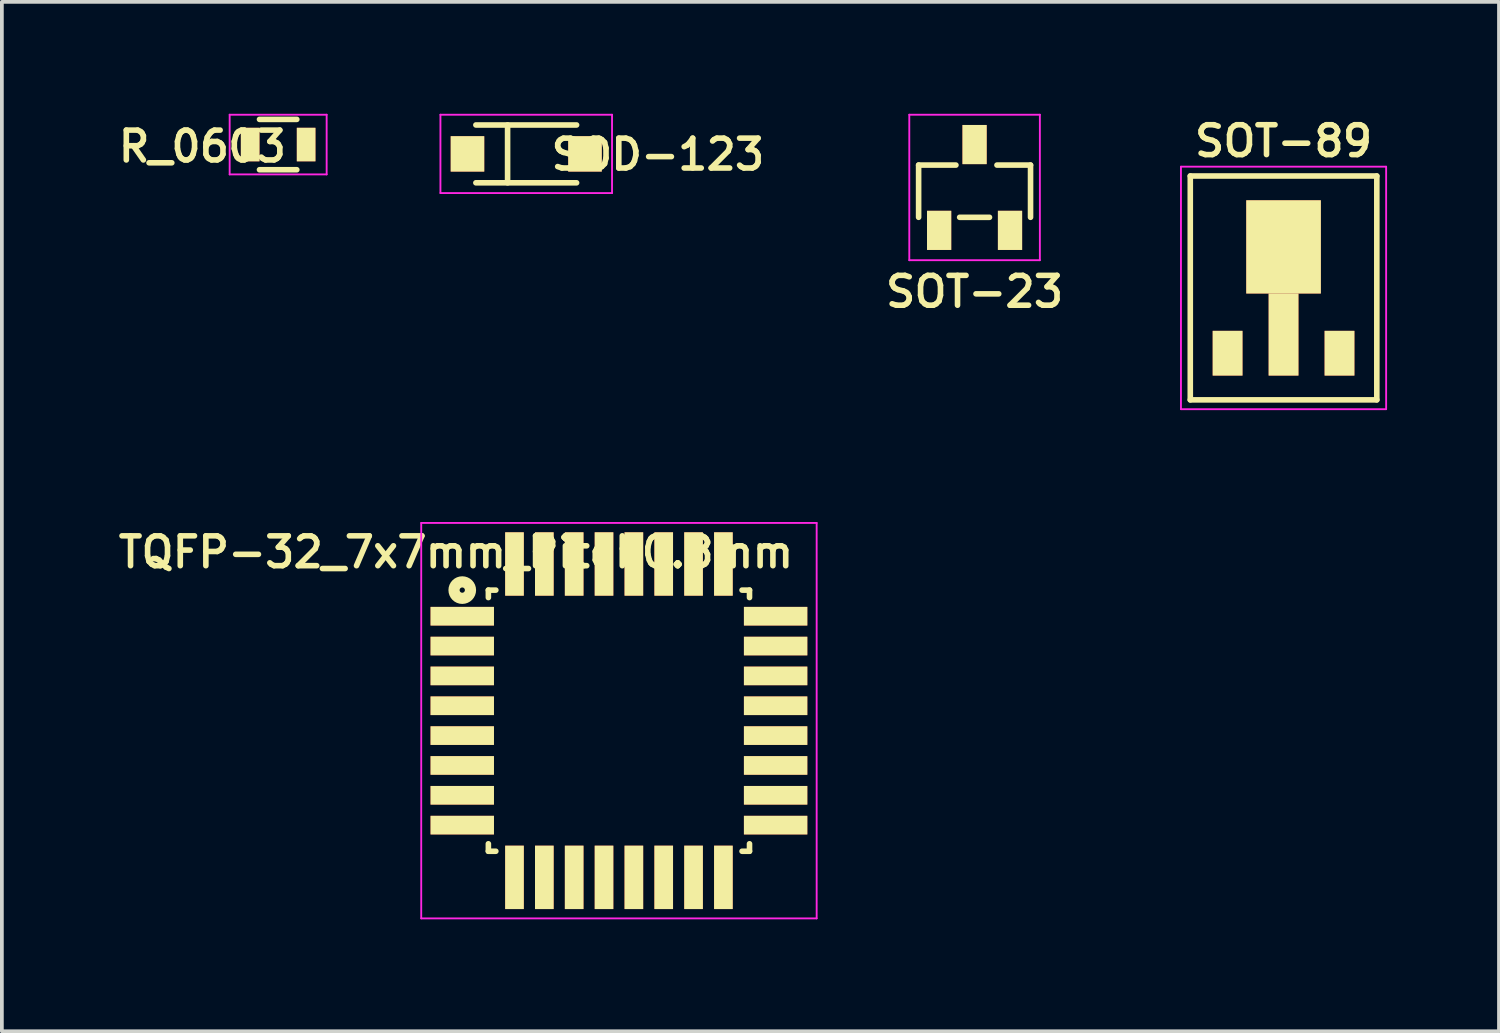
<source format=kicad_pcb>
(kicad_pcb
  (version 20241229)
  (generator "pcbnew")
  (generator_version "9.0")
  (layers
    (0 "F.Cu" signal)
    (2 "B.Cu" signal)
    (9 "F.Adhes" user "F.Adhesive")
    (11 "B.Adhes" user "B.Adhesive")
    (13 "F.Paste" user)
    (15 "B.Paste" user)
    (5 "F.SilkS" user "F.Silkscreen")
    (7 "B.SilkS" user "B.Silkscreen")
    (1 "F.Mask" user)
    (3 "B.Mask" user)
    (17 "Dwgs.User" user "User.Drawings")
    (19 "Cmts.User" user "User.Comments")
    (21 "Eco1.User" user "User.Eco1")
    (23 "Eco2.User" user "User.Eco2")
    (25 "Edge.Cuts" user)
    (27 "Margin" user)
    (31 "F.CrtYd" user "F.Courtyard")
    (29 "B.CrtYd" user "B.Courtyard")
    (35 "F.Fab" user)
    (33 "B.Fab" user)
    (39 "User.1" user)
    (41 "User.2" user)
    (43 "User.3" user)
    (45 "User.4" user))
  (footprint "SOD-123"
    (layer "F.Cu")
    (at 11.056 1.075)
    (property "Reference" "SOD-123" (at 3.529 0.016 0) (layer "F.SilkS") (effects (font (size 0.8 0.8) (thickness 0.15))))
    (attr smd)
    (fp_line (start -1.35 -0.775) (end 1.35 -0.775) (stroke (width 0.15) (type solid)) (layer "F.SilkS"))
    (fp_line (start -1.35 0.775) (end 1.35 0.775) (stroke (width 0.15) (type solid)) (layer "F.SilkS"))
    (fp_line (start -0.5 -0.775) (end -0.5 0.775) (stroke (width 0.15) (type solid)) (layer "F.SilkS"))
    (fp_line (start -2.3 -1.05) (end -2.3 1.05) (stroke (width 0.05) (type solid)) (layer "F.CrtYd"))
    (fp_line (start -2.3 1.05) (end 2.3 1.05) (stroke (width 0.05) (type solid)) (layer "F.CrtYd"))
    (fp_line (start 2.3 -1.05) (end -2.3 -1.05) (stroke (width 0.05) (type solid)) (layer "F.CrtYd"))
    (fp_line (start 2.3 1.05) (end 2.3 -1.05) (stroke (width 0.05) (type solid)) (layer "F.CrtYd"))
    (pad "1" smd rect (at -1.575 0) (size 0.9 0.95) (layers "F.Cu" "F.Mask" "F.SilkS" "F.Paste"))
    (pad "2" smd rect (at 1.575 0) (size 0.9 0.95) (layers "F.Cu" "F.Mask" "F.SilkS" "F.Paste")))
  (footprint "TQFP-32_7x7mm_Pitch0.8mm"
    (layer "F.Cu")
    (at 13.541 16.268)
    (property "Reference" "TQFP-32_7x7mm_Pitch0.8mm" (at -4.368 -4.517 0) (layer "F.SilkS") (effects (font (size 0.8 0.8) (thickness 0.15))))
    (attr smd)
    (fp_line (start -3.5 -3.5) (end -3.5 -3.3) (stroke (width 0.15) (type solid)) (layer "F.SilkS"))
    (fp_line (start -3.5 -3.5) (end -3.3 -3.5) (stroke (width 0.15) (type solid)) (layer "F.SilkS"))
    (fp_line (start -3.5 3.5) (end -3.5 3.3) (stroke (width 0.15) (type solid)) (layer "F.SilkS"))
    (fp_line (start -3.5 3.5) (end -3.3 3.5) (stroke (width 0.15) (type solid)) (layer "F.SilkS"))
    (fp_line (start 3.5 -3.5) (end 3.3 -3.5) (stroke (width 0.15) (type solid)) (layer "F.SilkS"))
    (fp_line (start 3.5 -3.5) (end 3.5 -3.3) (stroke (width 0.15) (type solid)) (layer "F.SilkS"))
    (fp_line (start 3.5 3.5) (end 3.3 3.5) (stroke (width 0.15) (type solid)) (layer "F.SilkS"))
    (fp_line (start 3.5 3.5) (end 3.5 3.3) (stroke (width 0.15) (type solid)) (layer "F.SilkS"))
    (fp_circle (center -4.2 -3.5) (end -4.25 -3.55) (stroke (width 0.3) (type solid)) (fill no) (layer "F.SilkS"))
    (fp_line (start -5.3 -5.3) (end -5.3 5.3) (stroke (width 0.05) (type solid)) (layer "F.CrtYd"))
    (fp_line (start -5.3 -5.3) (end 5.3 -5.3) (stroke (width 0.05) (type solid)) (layer "F.CrtYd"))
    (fp_line (start -5.3 5.3) (end 5.3 5.3) (stroke (width 0.05) (type solid)) (layer "F.CrtYd"))
    (fp_line (start 5.3 -5.3) (end 5.3 5.3) (stroke (width 0.05) (type solid)) (layer "F.CrtYd"))
    (pad "1" smd rect (at -4.2 -2.8) (size 1.7 0.5) (layers "F.Cu" "F.Mask" "F.SilkS" "F.Paste"))
    (pad "2" smd rect (at -4.2 -2) (size 1.7 0.5) (layers "F.Cu" "F.Mask" "F.SilkS" "F.Paste"))
    (pad "3" smd rect (at -4.2 -1.2) (size 1.7 0.5) (layers "F.Cu" "F.Mask" "F.SilkS" "F.Paste"))
    (pad "4" smd rect (at -4.2 -0.4) (size 1.7 0.5) (layers "F.Cu" "F.Mask" "F.SilkS" "F.Paste"))
    (pad "5" smd rect (at -4.2 0.4) (size 1.7 0.5) (layers "F.Cu" "F.Mask" "F.SilkS" "F.Paste"))
    (pad "6" smd rect (at -4.2 1.2) (size 1.7 0.5) (layers "F.Cu" "F.Mask" "F.SilkS" "F.Paste"))
    (pad "7" smd rect (at -4.2 2) (size 1.7 0.5) (layers "F.Cu" "F.Mask" "F.SilkS" "F.Paste"))
    (pad "8" smd rect (at -4.2 2.8) (size 1.7 0.5) (layers "F.Cu" "F.Mask" "F.SilkS" "F.Paste"))
    (pad "9" smd rect (at -2.8 4.2 90) (size 1.7 0.5) (layers "F.Cu" "F.Mask" "F.SilkS" "F.Paste"))
    (pad "10" smd rect (at -2 4.2 90) (size 1.7 0.5) (layers "F.Cu" "F.Mask" "F.SilkS" "F.Paste"))
    (pad "11" smd rect (at -1.2 4.2 90) (size 1.7 0.5) (layers "F.Cu" "F.Mask" "F.SilkS" "F.Paste"))
    (pad "12" smd rect (at -0.4 4.2 90) (size 1.7 0.5) (layers "F.Cu" "F.Mask" "F.SilkS" "F.Paste"))
    (pad "13" smd rect (at 0.4 4.2 90) (size 1.7 0.5) (layers "F.Cu" "F.Mask" "F.SilkS" "F.Paste"))
    (pad "14" smd rect (at 1.2 4.2 90) (size 1.7 0.5) (layers "F.Cu" "F.Mask" "F.SilkS" "F.Paste"))
    (pad "15" smd rect (at 2 4.2 90) (size 1.7 0.5) (layers "F.Cu" "F.Mask" "F.SilkS" "F.Paste"))
    (pad "16" smd rect (at 2.8 4.2 90) (size 1.7 0.5) (layers "F.Cu" "F.Mask" "F.SilkS" "F.Paste"))
    (pad "17" smd rect (at 4.2 2.8) (size 1.7 0.5) (layers "F.Cu" "F.Mask" "F.SilkS" "F.Paste"))
    (pad "18" smd rect (at 4.2 2) (size 1.7 0.5) (layers "F.Cu" "F.Mask" "F.SilkS" "F.Paste"))
    (pad "19" smd rect (at 4.2 1.2) (size 1.7 0.5) (layers "F.Cu" "F.Mask" "F.SilkS" "F.Paste"))
    (pad "20" smd rect (at 4.2 0.4) (size 1.7 0.5) (layers "F.Cu" "F.Mask" "F.SilkS" "F.Paste"))
    (pad "21" smd rect (at 4.2 -0.4) (size 1.7 0.5) (layers "F.Cu" "F.Mask" "F.SilkS" "F.Paste"))
    (pad "22" smd rect (at 4.2 -1.2) (size 1.7 0.5) (layers "F.Cu" "F.Mask" "F.SilkS" "F.Paste"))
    (pad "23" smd rect (at 4.2 -2) (size 1.7 0.5) (layers "F.Cu" "F.Mask" "F.SilkS" "F.Paste"))
    (pad "24" smd rect (at 4.2 -2.8) (size 1.7 0.5) (layers "F.Cu" "F.Mask" "F.SilkS" "F.Paste"))
    (pad "25" smd rect (at 2.8 -4.2 90) (size 1.7 0.5) (layers "F.Cu" "F.Mask" "F.SilkS" "F.Paste"))
    (pad "26" smd rect (at 2 -4.2 90) (size 1.7 0.5) (layers "F.Cu" "F.Mask" "F.SilkS" "F.Paste"))
    (pad "27" smd rect (at 1.2 -4.2 90) (size 1.7 0.5) (layers "F.Cu" "F.Mask" "F.SilkS" "F.Paste"))
    (pad "28" smd rect (at 0.4 -4.2 90) (size 1.7 0.5) (layers "F.Cu" "F.Mask" "F.SilkS" "F.Paste"))
    (pad "29" smd rect (at -0.4 -4.2 90) (size 1.7 0.5) (layers "F.Cu" "F.Mask" "F.SilkS" "F.Paste"))
    (pad "30" smd rect (at -1.2 -4.2 90) (size 1.7 0.5) (layers "F.Cu" "F.Mask" "F.SilkS" "F.Paste"))
    (pad "31" smd rect (at -2 -4.2 90) (size 1.7 0.5) (layers "F.Cu" "F.Mask" "F.SilkS" "F.Paste"))
    (pad "32" smd rect (at -2.8 -4.2 90) (size 1.7 0.5) (layers "F.Cu" "F.Mask" "F.SilkS" "F.Paste")))
  (footprint "R_0603"
    (layer "F.Cu")
    (at 4.406 0.825)
    (property "Reference" "R_0603" (at -2.032 0.05 0) (layer "F.SilkS") (effects (font (size 0.8 0.8) (thickness 0.15))))
    (attr smd)
    (fp_line (start -0.5 -0.675) (end 0.5 -0.675) (stroke (width 0.15) (type solid)) (layer "F.SilkS"))
    (fp_line (start 0.5 0.675) (end -0.5 0.675) (stroke (width 0.15) (type solid)) (layer "F.SilkS"))
    (fp_line (start -1.3 -0.8) (end -1.3 0.8) (stroke (width 0.05) (type solid)) (layer "F.CrtYd"))
    (fp_line (start -1.3 -0.8) (end 1.3 -0.8) (stroke (width 0.05) (type solid)) (layer "F.CrtYd"))
    (fp_line (start -1.3 0.8) (end 1.3 0.8) (stroke (width 0.05) (type solid)) (layer "F.CrtYd"))
    (fp_line (start 1.3 -0.8) (end 1.3 0.8) (stroke (width 0.05) (type solid)) (layer "F.CrtYd"))
    (pad "1" smd rect (at -0.75 0) (size 0.5 0.9) (layers "F.Cu" "F.Mask" "F.SilkS" "F.Paste"))
    (pad "2" smd rect (at 0.75 0) (size 0.5 0.9) (layers "F.Cu" "F.Mask" "F.SilkS" "F.Paste")))
  (footprint "SOT-89"
    (layer "F.Cu")
    (at 31.356 4.668)
    (property "Reference" "SOT-89" (at 0 -3.937 0) (layer "F.SilkS") (effects (font (size 0.8 0.8) (thickness 0.15))))
    (attr smd)
    (fp_line (start -2.5 -3) (end -2.5 3) (stroke (width 0.15) (type solid)) (layer "F.SilkS"))
    (fp_line (start -2.5 -3) (end 2.5 -3) (stroke (width 0.15) (type solid)) (layer "F.SilkS"))
    (fp_line (start 2.5 -3) (end 2.5 3) (stroke (width 0.15) (type solid)) (layer "F.SilkS"))
    (fp_line (start 2.5 3) (end -2.5 3) (stroke (width 0.15) (type solid)) (layer "F.SilkS"))
    (fp_line (start -2.75 -3.25) (end -2.75 3.25) (stroke (width 0.05) (type solid)) (layer "F.CrtYd"))
    (fp_line (start -2.75 3.25) (end 2.75 3.25) (stroke (width 0.05) (type solid)) (layer "F.CrtYd"))
    (fp_line (start 2.75 -3.25) (end -2.75 -3.25) (stroke (width 0.05) (type solid)) (layer "F.CrtYd"))
    (fp_line (start 2.75 3.25) (end 2.75 -3.25) (stroke (width 0.05) (type solid)) (layer "F.CrtYd"))
    (pad "1" smd rect (at -1.5 1.75) (size 0.8 1.2) (layers "F.Cu" "F.Mask" "F.SilkS" "F.Paste"))
    (pad "2" smd rect (at 0 0) (size 2 2.5) (drill (offset 0 -1.1)) (layers "F.Cu" "F.Mask" "F.SilkS" "F.Paste"))
    (pad "2" smd rect (at 0 1.1) (size 0.8 2.2) (drill (offset 0 0.15)) (layers "F.Cu" "F.Mask" "F.SilkS" "F.Paste"))
    (pad "3" smd rect (at 1.5 1.75) (size 0.8 1.2) (layers "F.Cu" "F.Mask" "F.SilkS" "F.Paste")))
  (footprint "SOT-23"
    (layer "F.Cu")
    (at 23.074 1.975)
    (property "Reference" "SOT-23" (at 0 2.794 0) (layer "F.SilkS") (effects (font (size 0.8 0.8) (thickness 0.15))))
    (attr smd)
    (fp_line (start -1.5 -0.6) (end -0.5 -0.6) (stroke (width 0.15) (type solid)) (layer "F.SilkS"))
    (fp_line (start -1.5 0.8) (end -1.5 -0.6) (stroke (width 0.15) (type solid)) (layer "F.SilkS"))
    (fp_line (start -0.4 0.8) (end 0.4 0.8) (stroke (width 0.15) (type solid)) (layer "F.SilkS"))
    (fp_line (start 0.6 -0.6) (end 1.5 -0.6) (stroke (width 0.15) (type solid)) (layer "F.SilkS"))
    (fp_line (start 1.5 0.8) (end 1.5 -0.6) (stroke (width 0.15) (type solid)) (layer "F.SilkS"))
    (fp_line (start -1.75 -1.95) (end -1.75 1.95) (stroke (width 0.05) (type solid)) (layer "F.CrtYd"))
    (fp_line (start -1.75 1.95) (end 1.75 1.95) (stroke (width 0.05) (type solid)) (layer "F.CrtYd"))
    (fp_line (start 1.75 -1.95) (end -1.75 -1.95) (stroke (width 0.05) (type solid)) (layer "F.CrtYd"))
    (fp_line (start 1.75 1.95) (end 1.75 -1.95) (stroke (width 0.05) (type solid)) (layer "F.CrtYd"))
    (pad "1" smd rect (at -0.95 1.15) (size 0.65 1.05) (layers "F.Cu" "F.Mask" "F.SilkS" "F.Paste"))
    (pad "2" smd rect (at 0.95 1.15) (size 0.65 1.05) (layers "F.Cu" "F.Mask" "F.SilkS" "F.Paste"))
    (pad "3" smd rect (at 0 -1.15) (size 0.65 1.05) (layers "F.Cu" "F.Mask" "F.SilkS" "F.Paste")))
  (gr_rect
    (start -3 -3)
    (end 37.131 24.593)
    (stroke (width 0.1) (type default))
    (fill no)
    (layer "Edge.Cuts")))
</source>
